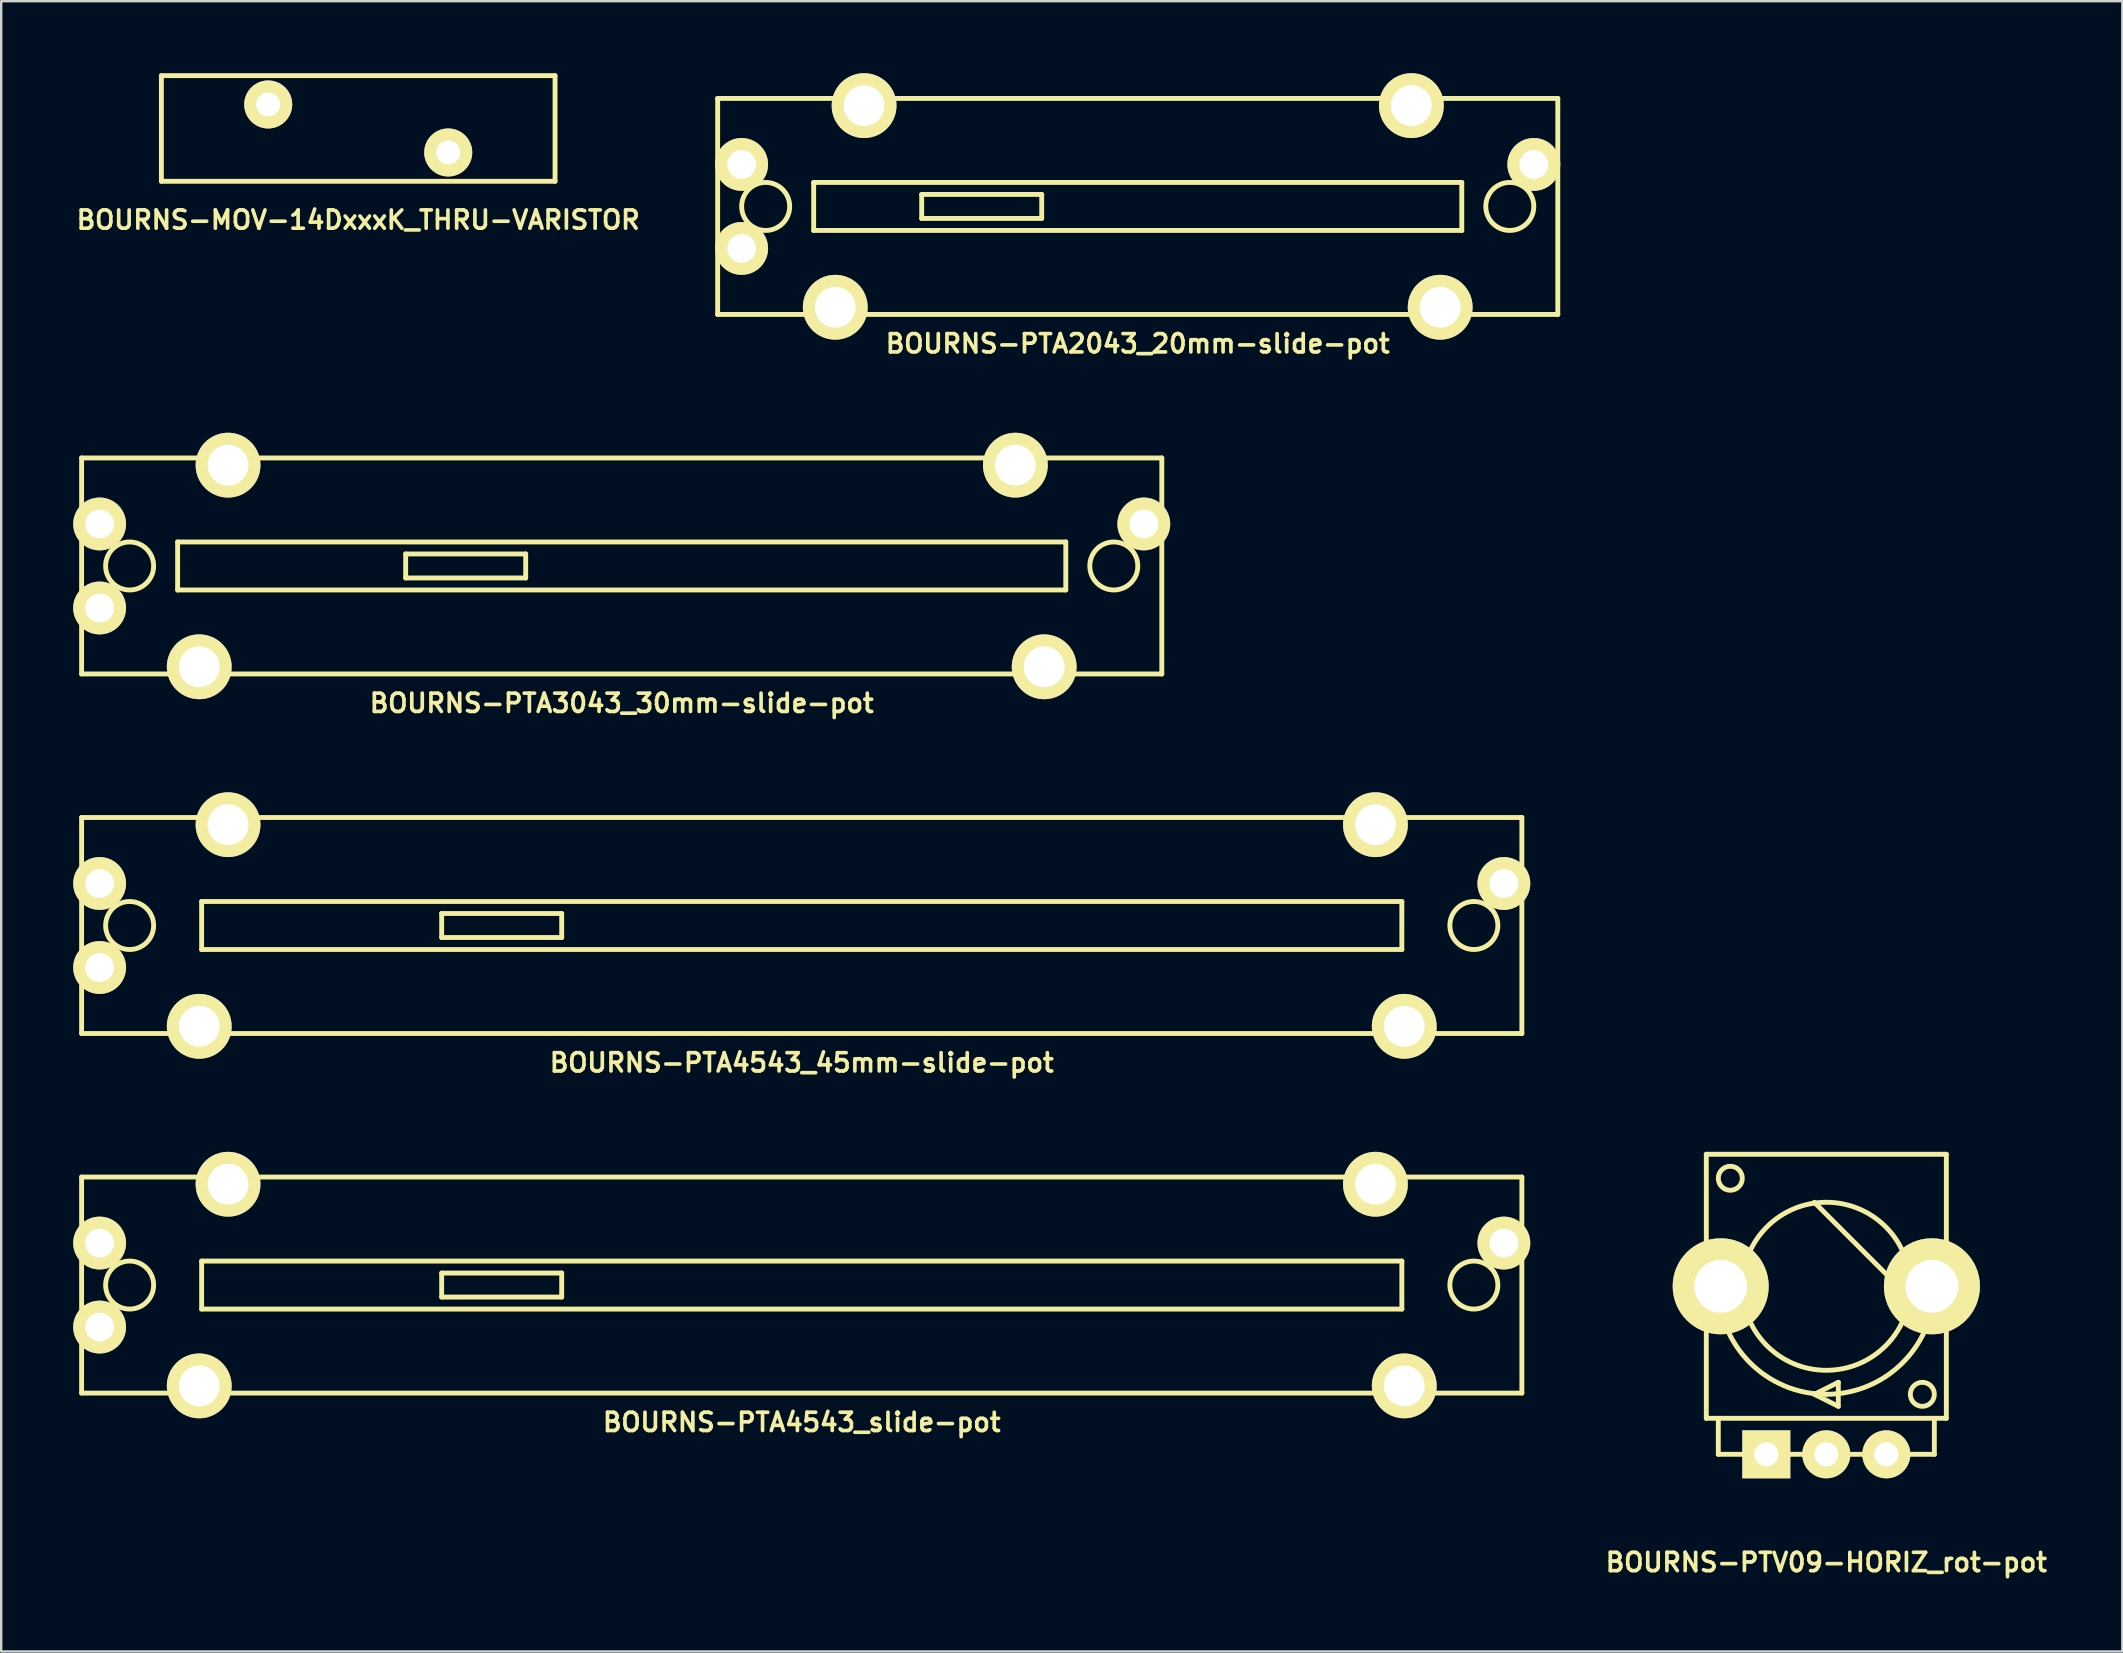
<source format=kicad_pcb>
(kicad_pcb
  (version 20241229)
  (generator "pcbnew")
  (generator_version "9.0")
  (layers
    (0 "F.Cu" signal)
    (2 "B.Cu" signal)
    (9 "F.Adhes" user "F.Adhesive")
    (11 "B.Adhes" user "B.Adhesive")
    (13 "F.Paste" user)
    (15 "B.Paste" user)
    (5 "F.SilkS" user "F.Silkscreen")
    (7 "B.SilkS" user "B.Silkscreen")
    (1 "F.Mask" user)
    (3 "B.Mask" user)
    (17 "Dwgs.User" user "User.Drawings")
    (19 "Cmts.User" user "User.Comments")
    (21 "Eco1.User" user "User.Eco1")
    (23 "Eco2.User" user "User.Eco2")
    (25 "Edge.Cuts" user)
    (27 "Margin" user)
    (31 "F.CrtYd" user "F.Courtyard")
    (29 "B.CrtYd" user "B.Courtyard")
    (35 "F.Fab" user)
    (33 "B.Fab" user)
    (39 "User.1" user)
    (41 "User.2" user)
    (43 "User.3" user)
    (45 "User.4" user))
  (footprint "BOURNS-MOV-14DxxxK_THRU-VARISTOR"
    (layer "F.Cu")
    (at 11.873 2.302)
    (property "Reference" "BOURNS-MOV-14DxxxK_THRU-VARISTOR" (at 0 3.81 0) (layer "F.SilkS") (effects (font (size 0.762 0.762) (thickness 0.152))))
    (attr through_hole)
    (fp_line (start -8.2 -2.2) (end 8.2 -2.2) (stroke (width 0.203) (type solid)) (layer "F.SilkS"))
    (fp_line (start -8.2 2.2) (end -8.2 -2.2) (stroke (width 0.203) (type solid)) (layer "F.SilkS"))
    (fp_line (start 8.2 -2.2) (end 8.2 2.2) (stroke (width 0.203) (type solid)) (layer "F.SilkS"))
    (fp_line (start 8.2 2.2) (end -8.2 2.2) (stroke (width 0.203) (type solid)) (layer "F.SilkS"))
    (pad "1" thru_hole circle (at -3.75 -1) (size 2 2) (drill 1) (layers "*.Cu" "*.Mask" "F.SilkS"))
    (pad "2" thru_hole circle (at 3.75 1) (size 2 2) (drill 1) (layers "*.Cu" "*.Mask" "F.SilkS")))
  (footprint "BOURNS-PTA4543_slide-pot"
    (layer "F.Cu")
    (at 30.35 50.485)
    (property "Reference" "BOURNS-PTA4543_slide-pot" (at 0 5.715 0) (layer "F.SilkS") (effects (font (size 0.762 0.762) (thickness 0.152))))
    (attr through_hole)
    (fp_line (start -30 -4.5) (end -30 4.5) (stroke (width 0.203) (type solid)) (layer "F.SilkS"))
    (fp_line (start -30 4.5) (end 30 4.5) (stroke (width 0.203) (type solid)) (layer "F.SilkS"))
    (fp_line (start -25 -1) (end -25 1) (stroke (width 0.203) (type solid)) (layer "F.SilkS"))
    (fp_line (start -25 1) (end 25 1) (stroke (width 0.203) (type solid)) (layer "F.SilkS"))
    (fp_line (start -15 -0.5) (end -15 0.5) (stroke (width 0.203) (type solid)) (layer "F.SilkS"))
    (fp_line (start -15 0.5) (end -10 0.5) (stroke (width 0.203) (type solid)) (layer "F.SilkS"))
    (fp_line (start -10 -0.5) (end -15 -0.5) (stroke (width 0.203) (type solid)) (layer "F.SilkS"))
    (fp_line (start -10 0.5) (end -10 -0.5) (stroke (width 0.203) (type solid)) (layer "F.SilkS"))
    (fp_line (start 25 -1) (end -25 -1) (stroke (width 0.203) (type solid)) (layer "F.SilkS"))
    (fp_line (start 25 1) (end 25 -1) (stroke (width 0.203) (type solid)) (layer "F.SilkS"))
    (fp_line (start 30 -4.5) (end -30 -4.5) (stroke (width 0.203) (type solid)) (layer "F.SilkS"))
    (fp_line (start 30 4.5) (end 30 -4.5) (stroke (width 0.203) (type solid)) (layer "F.SilkS"))
    (fp_circle (center -28 0) (end -27 0) (stroke (width 0.203) (type solid)) (fill no) (layer "F.SilkS"))
    (fp_circle (center 28 0) (end 27 0) (stroke (width 0.203) (type solid)) (fill no) (layer "F.SilkS"))
    (pad "" thru_hole circle (at -25.1 4.2) (size 2.7 2.7) (drill 1.7) (layers "*.Cu" "*.Mask" "F.SilkS"))
    (pad "" thru_hole circle (at -23.9 -4.2) (size 2.7 2.7) (drill 1.7) (layers "*.Cu" "*.Mask" "F.SilkS"))
    (pad "" thru_hole circle (at 23.9 -4.2) (size 2.7 2.7) (drill 1.7) (layers "*.Cu" "*.Mask" "F.SilkS"))
    (pad "" thru_hole circle (at 25.1 4.2) (size 2.7 2.7) (drill 1.7) (layers "*.Cu" "*.Mask" "F.SilkS"))
    (pad "1" thru_hole circle (at -29.25 -1.75) (size 2.2 2.2) (drill 1.2) (layers "*.Cu" "*.Mask" "F.SilkS"))
    (pad "2" thru_hole circle (at -29.25 1.75) (size 2.2 2.2) (drill 1.2) (layers "*.Cu" "*.Mask" "F.SilkS"))
    (pad "3" thru_hole circle (at 29.25 -1.75) (size 2.2 2.2) (drill 1.2) (layers "*.Cu" "*.Mask" "F.SilkS")))
  (footprint "BOURNS-PTA4543_45mm-slide-pot"
    (layer "F.Cu")
    (at 30.35 35.506)
    (property "Reference" "BOURNS-PTA4543_45mm-slide-pot" (at 0 5.715 0) (layer "F.SilkS") (effects (font (size 0.762 0.762) (thickness 0.152))))
    (attr through_hole)
    (fp_line (start -30 -4.5) (end -30 4.5) (stroke (width 0.203) (type solid)) (layer "F.SilkS"))
    (fp_line (start -30 4.5) (end 30 4.5) (stroke (width 0.203) (type solid)) (layer "F.SilkS"))
    (fp_line (start -25 -1) (end -25 1) (stroke (width 0.203) (type solid)) (layer "F.SilkS"))
    (fp_line (start -25 1) (end 25 1) (stroke (width 0.203) (type solid)) (layer "F.SilkS"))
    (fp_line (start -15 -0.5) (end -15 0.5) (stroke (width 0.203) (type solid)) (layer "F.SilkS"))
    (fp_line (start -15 0.5) (end -10 0.5) (stroke (width 0.203) (type solid)) (layer "F.SilkS"))
    (fp_line (start -10 -0.5) (end -15 -0.5) (stroke (width 0.203) (type solid)) (layer "F.SilkS"))
    (fp_line (start -10 0.5) (end -10 -0.5) (stroke (width 0.203) (type solid)) (layer "F.SilkS"))
    (fp_line (start 25 -1) (end -25 -1) (stroke (width 0.203) (type solid)) (layer "F.SilkS"))
    (fp_line (start 25 1) (end 25 -1) (stroke (width 0.203) (type solid)) (layer "F.SilkS"))
    (fp_line (start 30 -4.5) (end -30 -4.5) (stroke (width 0.203) (type solid)) (layer "F.SilkS"))
    (fp_line (start 30 4.5) (end 30 -4.5) (stroke (width 0.203) (type solid)) (layer "F.SilkS"))
    (fp_circle (center -28 0) (end -27 0) (stroke (width 0.203) (type solid)) (fill no) (layer "F.SilkS"))
    (fp_circle (center 28 0) (end 27 0) (stroke (width 0.203) (type solid)) (fill no) (layer "F.SilkS"))
    (pad "" thru_hole circle (at -25.1 4.2) (size 2.7 2.7) (drill 1.7) (layers "*.Cu" "*.Mask" "F.SilkS"))
    (pad "" thru_hole circle (at -23.9 -4.2) (size 2.7 2.7) (drill 1.7) (layers "*.Cu" "*.Mask" "F.SilkS"))
    (pad "" thru_hole circle (at 23.9 -4.2) (size 2.7 2.7) (drill 1.7) (layers "*.Cu" "*.Mask" "F.SilkS"))
    (pad "" thru_hole circle (at 25.1 4.2) (size 2.7 2.7) (drill 1.7) (layers "*.Cu" "*.Mask" "F.SilkS"))
    (pad "1" thru_hole circle (at -29.25 -1.75) (size 2.2 2.2) (drill 1.2) (layers "*.Cu" "*.Mask" "F.SilkS"))
    (pad "2" thru_hole circle (at -29.25 1.75) (size 2.2 2.2) (drill 1.2) (layers "*.Cu" "*.Mask" "F.SilkS"))
    (pad "3" thru_hole circle (at 29.25 -1.75) (size 2.2 2.2) (drill 1.2) (layers "*.Cu" "*.Mask" "F.SilkS")))
  (footprint "BOURNS-PTV09-HORIZ_rot-pot"
    (layer "F.Cu")
    (at 73.033 50.536)
    (property "Reference" "BOURNS-PTV09-HORIZ_rot-pot" (at 0 11.5 0) (layer "F.SilkS") (effects (font (size 0.762 0.762) (thickness 0.152))))
    (attr through_hole)
    (fp_line (start -5 -5.5) (end -5 5.5) (stroke (width 0.203) (type solid)) (layer "F.SilkS"))
    (fp_line (start -5 5.5) (end 5 5.5) (stroke (width 0.203) (type solid)) (layer "F.SilkS"))
    (fp_line (start -4.5 5.5) (end -4.5 7) (stroke (width 0.203) (type solid)) (layer "F.SilkS"))
    (fp_line (start -4.5 7) (end 4.5 7) (stroke (width 0.203) (type solid)) (layer "F.SilkS"))
    (fp_line (start -0.5 -3.5) (end 3.5 0.5) (stroke (width 0.203) (type solid)) (layer "F.SilkS"))
    (fp_line (start -0.5 4.5) (end 0.5 4) (stroke (width 0.203) (type solid)) (layer "F.SilkS"))
    (fp_line (start 0.5 4) (end 0.5 5) (stroke (width 0.203) (type solid)) (layer "F.SilkS"))
    (fp_line (start 0.5 5) (end -0.5 4.5) (stroke (width 0.203) (type solid)) (layer "F.SilkS"))
    (fp_line (start 4.5 7) (end 4.5 5.5) (stroke (width 0.203) (type solid)) (layer "F.SilkS"))
    (fp_line (start 5 -5.5) (end -5 -5.5) (stroke (width 0.203) (type solid)) (layer "F.SilkS"))
    (fp_line (start 5 5.5) (end 5 -5.5) (stroke (width 0.203) (type solid)) (layer "F.SilkS"))
    (fp_arc (start 0 4.5) (mid -3.181981 3.181981) (end -4.5 0) (stroke (width 0.2032) (type solid)) (layer "F.SilkS"))
    (fp_arc (start 4.5 0) (mid 3.181981 3.181981) (end 0 4.5) (stroke (width 0.2032) (type solid)) (layer "F.SilkS"))
    (fp_circle (center -4 -4.5) (end -4 -5) (stroke (width 0.203) (type solid)) (fill no) (layer "F.SilkS"))
    (fp_circle (center 0 0) (end 3.5 0) (stroke (width 0.203) (type solid)) (fill no) (layer "F.SilkS"))
    (fp_circle (center 4 4.5) (end 4 5) (stroke (width 0.203) (type solid)) (fill no) (layer "F.SilkS"))
    (pad "" thru_hole circle (at -4.4 0) (size 4 4) (drill 2.2) (layers "*.Cu" "*.Mask" "F.SilkS"))
    (pad "" thru_hole circle (at 4.4 0) (size 4 4) (drill 2.2) (layers "*.Cu" "*.Mask" "F.SilkS"))
    (pad "1" thru_hole rect (at -2.5 7) (size 2 2) (drill 1) (layers "*.Cu" "*.Mask" "F.SilkS"))
    (pad "2" thru_hole circle (at 0 7) (size 2 2) (drill 1) (layers "*.Cu" "*.Mask" "F.SilkS"))
    (pad "3" thru_hole circle (at 2.5 7) (size 2 2) (drill 1) (layers "*.Cu" "*.Mask" "F.SilkS")))
  (footprint "BOURNS-PTA2043_20mm-slide-pot"
    (layer "F.Cu")
    (at 44.347 5.55)
    (property "Reference" "BOURNS-PTA2043_20mm-slide-pot" (at 0 5.715 0) (layer "F.SilkS") (effects (font (size 0.762 0.762) (thickness 0.152))))
    (attr through_hole)
    (fp_line (start -17.5 -4.5) (end -17.5 4.5) (stroke (width 0.203) (type solid)) (layer "F.SilkS"))
    (fp_line (start -17.5 -4.5) (end 17.5 -4.5) (stroke (width 0.203) (type solid)) (layer "F.SilkS"))
    (fp_line (start -13.5 -1) (end -13.5 1) (stroke (width 0.203) (type solid)) (layer "F.SilkS"))
    (fp_line (start -13.5 -1) (end 13.5 -1) (stroke (width 0.203) (type solid)) (layer "F.SilkS"))
    (fp_line (start -9 -0.5) (end -9 0.5) (stroke (width 0.203) (type solid)) (layer "F.SilkS"))
    (fp_line (start -9 0.5) (end -4 0.5) (stroke (width 0.203) (type solid)) (layer "F.SilkS"))
    (fp_line (start -4 -0.5) (end -9 -0.5) (stroke (width 0.203) (type solid)) (layer "F.SilkS"))
    (fp_line (start -4 0.5) (end -4 -0.5) (stroke (width 0.203) (type solid)) (layer "F.SilkS"))
    (fp_line (start 13.5 1) (end -13.5 1) (stroke (width 0.203) (type solid)) (layer "F.SilkS"))
    (fp_line (start 13.5 1) (end 13.5 -1) (stroke (width 0.203) (type solid)) (layer "F.SilkS"))
    (fp_line (start 17.5 4.5) (end -17.5 4.5) (stroke (width 0.203) (type solid)) (layer "F.SilkS"))
    (fp_line (start 17.5 4.5) (end 17.5 -4.5) (stroke (width 0.203) (type solid)) (layer "F.SilkS"))
    (fp_circle (center -15.5 0) (end -14.5 0) (stroke (width 0.203) (type solid)) (fill no) (layer "F.SilkS"))
    (fp_circle (center 15.5 0) (end 14.5 0) (stroke (width 0.203) (type solid)) (fill no) (layer "F.SilkS"))
    (pad "" thru_hole circle (at -12.6 4.2) (size 2.7 2.7) (drill 1.7) (layers "*.Cu" "*.Mask" "F.SilkS"))
    (pad "" thru_hole circle (at -11.4 -4.2) (size 2.7 2.7) (drill 1.7) (layers "*.Cu" "*.Mask" "F.SilkS"))
    (pad "" thru_hole circle (at 11.4 -4.2) (size 2.7 2.7) (drill 1.7) (layers "*.Cu" "*.Mask" "F.SilkS"))
    (pad "" thru_hole circle (at 12.6 4.2) (size 2.7 2.7) (drill 1.7) (layers "*.Cu" "*.Mask" "F.SilkS"))
    (pad "1" thru_hole circle (at -16.5 -1.75) (size 2.2 2.2) (drill 1.2) (layers "*.Cu" "*.Mask" "F.SilkS"))
    (pad "2" thru_hole circle (at -16.5 1.75) (size 2.2 2.2) (drill 1.2) (layers "*.Cu" "*.Mask" "F.SilkS"))
    (pad "3" thru_hole circle (at 16.5 -1.75) (size 2.2 2.2) (drill 1.2) (layers "*.Cu" "*.Mask" "F.SilkS")))
  (footprint "BOURNS-PTA3043_30mm-slide-pot"
    (layer "F.Cu")
    (at 22.85 20.528)
    (property "Reference" "BOURNS-PTA3043_30mm-slide-pot" (at 0 5.715 0) (layer "F.SilkS") (effects (font (size 0.762 0.762) (thickness 0.152))))
    (attr through_hole)
    (fp_line (start -22.5 -4.5) (end -22.5 4.5) (stroke (width 0.203) (type solid)) (layer "F.SilkS"))
    (fp_line (start -22.5 4.5) (end 22.5 4.5) (stroke (width 0.203) (type solid)) (layer "F.SilkS"))
    (fp_line (start -18.5 -1) (end -18.5 1) (stroke (width 0.203) (type solid)) (layer "F.SilkS"))
    (fp_line (start -18.5 1) (end 18.5 1) (stroke (width 0.203) (type solid)) (layer "F.SilkS"))
    (fp_line (start -9 -0.5) (end -9 0.5) (stroke (width 0.203) (type solid)) (layer "F.SilkS"))
    (fp_line (start -9 0.5) (end -4 0.5) (stroke (width 0.203) (type solid)) (layer "F.SilkS"))
    (fp_line (start -4 -0.5) (end -9 -0.5) (stroke (width 0.203) (type solid)) (layer "F.SilkS"))
    (fp_line (start -4 0.5) (end -4 -0.5) (stroke (width 0.203) (type solid)) (layer "F.SilkS"))
    (fp_line (start 18.5 -1) (end -18.5 -1) (stroke (width 0.203) (type solid)) (layer "F.SilkS"))
    (fp_line (start 18.5 1) (end 18.5 -1) (stroke (width 0.203) (type solid)) (layer "F.SilkS"))
    (fp_line (start 22.5 -4.5) (end -22.5 -4.5) (stroke (width 0.203) (type solid)) (layer "F.SilkS"))
    (fp_line (start 22.5 4.5) (end 22.5 -4.5) (stroke (width 0.203) (type solid)) (layer "F.SilkS"))
    (fp_circle (center -20.5 0) (end -19.5 0) (stroke (width 0.203) (type solid)) (fill no) (layer "F.SilkS"))
    (fp_circle (center 20.5 0) (end 19.5 0) (stroke (width 0.203) (type solid)) (fill no) (layer "F.SilkS"))
    (pad "" thru_hole circle (at -17.6 4.2) (size 2.7 2.7) (drill 1.7) (layers "*.Cu" "*.Mask" "F.SilkS"))
    (pad "" thru_hole circle (at -16.4 -4.2) (size 2.7 2.7) (drill 1.7) (layers "*.Cu" "*.Mask" "F.SilkS"))
    (pad "" thru_hole circle (at 16.4 -4.2) (size 2.7 2.7) (drill 1.7) (layers "*.Cu" "*.Mask" "F.SilkS"))
    (pad "" thru_hole circle (at 17.6 4.2) (size 2.7 2.7) (drill 1.7) (layers "*.Cu" "*.Mask" "F.SilkS"))
    (pad "1" thru_hole circle (at -21.75 -1.75) (size 2.2 2.2) (drill 1.2) (layers "*.Cu" "*.Mask" "F.SilkS"))
    (pad "2" thru_hole circle (at -21.75 1.75) (size 2.2 2.2) (drill 1.2) (layers "*.Cu" "*.Mask" "F.SilkS"))
    (pad "3" thru_hole circle (at 21.75 -1.75) (size 2.2 2.2) (drill 1.2) (layers "*.Cu" "*.Mask" "F.SilkS")))
  (gr_rect
    (start -3 -3)
    (end 85.365 65.75)
    (stroke (width 0.1) (type default))
    (fill no)
    (layer "Edge.Cuts")))
</source>
